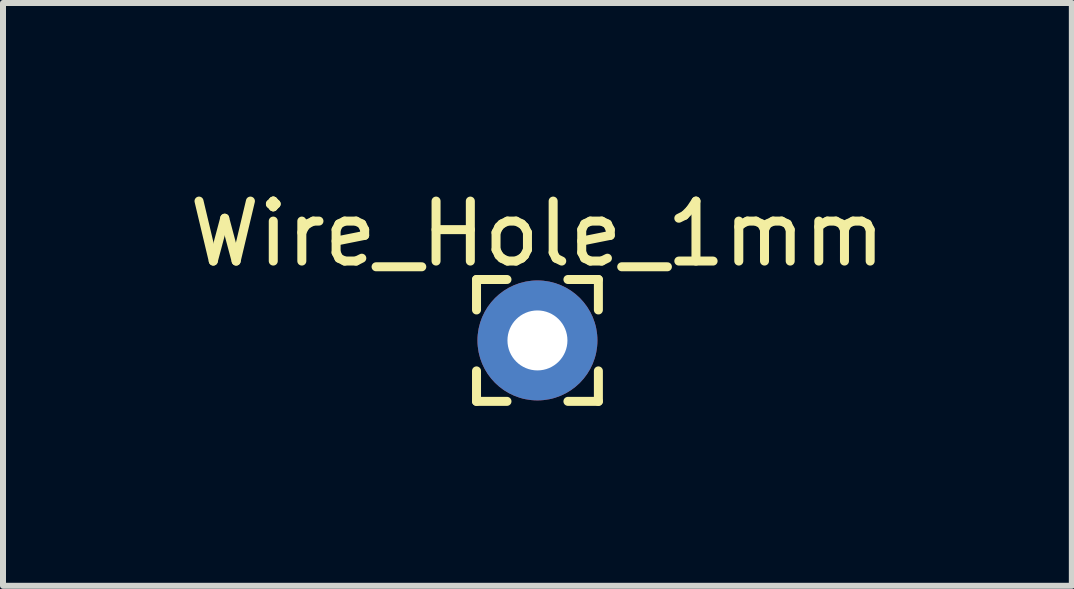
<source format=kicad_pcb>
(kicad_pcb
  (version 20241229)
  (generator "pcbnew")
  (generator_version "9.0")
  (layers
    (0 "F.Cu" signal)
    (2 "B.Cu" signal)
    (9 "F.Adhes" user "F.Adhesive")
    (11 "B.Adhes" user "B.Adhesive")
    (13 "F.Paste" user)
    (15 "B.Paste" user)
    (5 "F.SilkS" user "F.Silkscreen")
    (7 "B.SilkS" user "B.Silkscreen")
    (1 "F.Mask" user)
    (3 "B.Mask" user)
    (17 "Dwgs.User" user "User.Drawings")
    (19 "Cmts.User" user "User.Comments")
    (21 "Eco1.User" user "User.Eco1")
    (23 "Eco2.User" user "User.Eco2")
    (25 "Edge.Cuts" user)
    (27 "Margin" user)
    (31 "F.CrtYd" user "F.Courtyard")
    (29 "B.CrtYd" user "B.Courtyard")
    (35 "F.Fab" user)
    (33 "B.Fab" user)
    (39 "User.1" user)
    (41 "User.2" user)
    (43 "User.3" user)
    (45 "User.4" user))
  (footprint "Wire_Hole_1mm"
    (layer "F.Cu")
    (at 5.911 2.626)
    (property "Reference" "Wire_Hole_1mm" (at 0 -1.778 0) (layer "F.SilkS") (effects (font (size 1 1) (thickness 0.15))))
    (attr through_hole)
    (fp_line (start -1.016 -1.016) (end -0.508 -1.016) (stroke (width 0.15) (type solid)) (layer "F.SilkS"))
    (fp_line (start -1.016 -0.508) (end -1.016 -1.016) (stroke (width 0.15) (type solid)) (layer "F.SilkS"))
    (fp_line (start -1.016 0.508) (end -1.016 1.016) (stroke (width 0.15) (type solid)) (layer "F.SilkS"))
    (fp_line (start -1.016 1.016) (end -0.508 1.016) (stroke (width 0.15) (type solid)) (layer "F.SilkS"))
    (fp_line (start 0.508 -1.016) (end 1.016 -1.016) (stroke (width 0.15) (type solid)) (layer "F.SilkS"))
    (fp_line (start 1.016 -1.016) (end 1.016 -0.508) (stroke (width 0.15) (type solid)) (layer "F.SilkS"))
    (fp_line (start 1.016 0.508) (end 1.016 1.016) (stroke (width 0.15) (type solid)) (layer "F.SilkS"))
    (fp_line (start 1.016 1.016) (end 0.508 1.016) (stroke (width 0.15) (type solid)) (layer "F.SilkS"))
    (pad "1" thru_hole circle (at 0 0) (size 2 2) (drill 1) (layers "*.Cu" "*.Mask")))
  (gr_rect
    (start -3 -3)
    (end 14.821 6.717)
    (stroke (width 0.1) (type default))
    (fill no)
    (layer "Edge.Cuts")))
</source>
